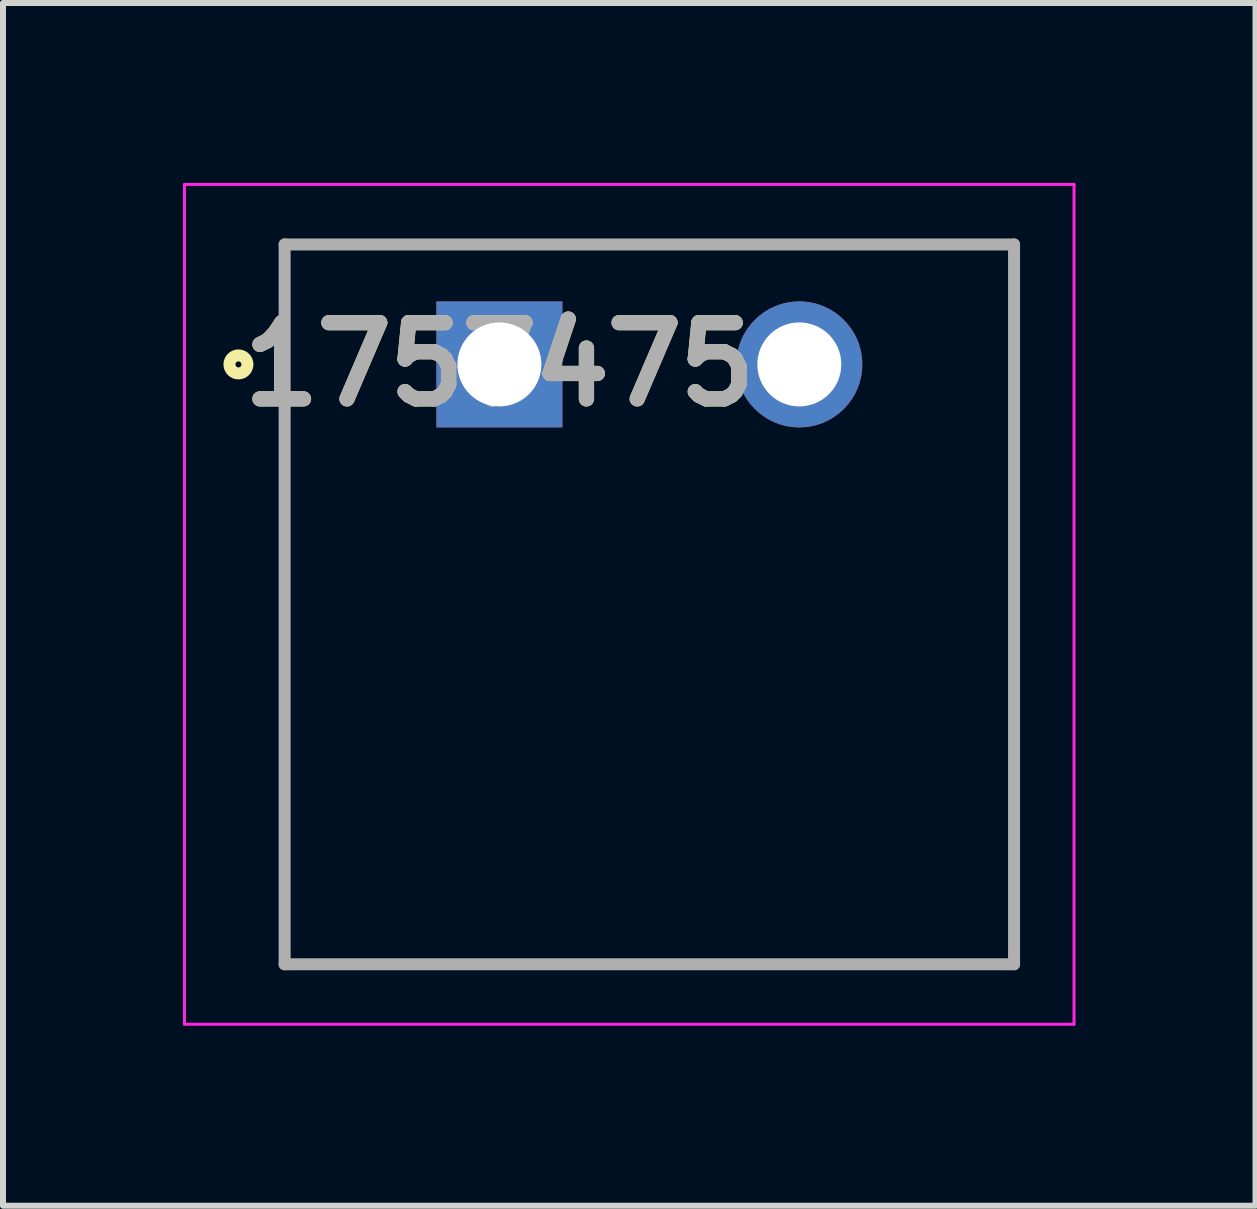
<source format=kicad_pcb>
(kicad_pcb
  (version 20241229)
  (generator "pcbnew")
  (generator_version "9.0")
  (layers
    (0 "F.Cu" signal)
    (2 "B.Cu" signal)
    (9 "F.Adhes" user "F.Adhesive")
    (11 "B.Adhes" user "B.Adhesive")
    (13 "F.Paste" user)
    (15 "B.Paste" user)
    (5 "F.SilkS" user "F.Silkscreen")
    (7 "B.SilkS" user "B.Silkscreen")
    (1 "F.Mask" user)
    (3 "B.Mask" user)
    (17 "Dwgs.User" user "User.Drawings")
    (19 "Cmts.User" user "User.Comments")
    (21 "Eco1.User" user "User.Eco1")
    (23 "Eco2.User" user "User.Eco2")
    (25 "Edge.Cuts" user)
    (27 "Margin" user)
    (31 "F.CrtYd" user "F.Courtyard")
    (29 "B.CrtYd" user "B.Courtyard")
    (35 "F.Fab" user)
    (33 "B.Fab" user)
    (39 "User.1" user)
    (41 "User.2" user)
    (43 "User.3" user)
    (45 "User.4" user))
  (footprint "1757475"
    (layer "F.Cu")
    (at 5.275 3.025)
    (property "Reference" "1757475" (at 0 0 0) (layer "F.SilkS") (effects (font (size 1.27 1.27) (thickness 0.254))))
    (attr through_hole)
    (fp_line (start -3.58 -2) (end 8.58 -2) (stroke (width 0.1) (type solid)) (layer "F.SilkS"))
    (fp_line (start -3.58 10) (end -3.58 -2) (stroke (width 0.1) (type solid)) (layer "F.SilkS"))
    (fp_line (start 8.58 -2) (end 8.58 10) (stroke (width 0.1) (type solid)) (layer "F.SilkS"))
    (fp_line (start 8.58 10) (end -3.58 10) (stroke (width 0.1) (type solid)) (layer "F.SilkS"))
    (fp_circle (center -4.35 0) (end -4.35 0.05) (stroke (width 0.2) (type solid)) (fill no) (layer "F.SilkS"))
    (fp_line (start -5.25 -3) (end 9.58 -3) (stroke (width 0.05) (type solid)) (layer "F.CrtYd"))
    (fp_line (start -5.25 11) (end -5.25 -3) (stroke (width 0.05) (type solid)) (layer "F.CrtYd"))
    (fp_line (start 9.58 -3) (end 9.58 11) (stroke (width 0.05) (type solid)) (layer "F.CrtYd"))
    (fp_line (start 9.58 11) (end -5.25 11) (stroke (width 0.05) (type solid)) (layer "F.CrtYd"))
    (fp_line (start -3.58 -2) (end 8.58 -2) (stroke (width 0.2) (type solid)) (layer "F.Fab"))
    (fp_line (start -3.58 10) (end -3.58 -2) (stroke (width 0.2) (type solid)) (layer "F.Fab"))
    (fp_line (start 8.58 -2) (end 8.58 10) (stroke (width 0.2) (type solid)) (layer "F.Fab"))
    (fp_line (start 8.58 10) (end -3.58 10) (stroke (width 0.2) (type solid)) (layer "F.Fab"))
    (fp_text user "${REFERENCE}" (at 0 0 0) (layer "F.Fab") (effects (font (size 1.27 1.27) (thickness 0.254))))
    (pad "1" thru_hole rect (at 0 0) (size 2.1 2.1) (drill 1.4) (layers "*.Cu" "*.Mask"))
    (pad "2" thru_hole circle (at 5 0) (size 2.1 2.1) (drill 1.4) (layers "*.Cu" "*.Mask")))
  (gr_rect
    (start -3 -3)
    (end 17.88 17.05)
    (stroke (width 0.1) (type default))
    (fill no)
    (layer "Edge.Cuts")))
</source>
